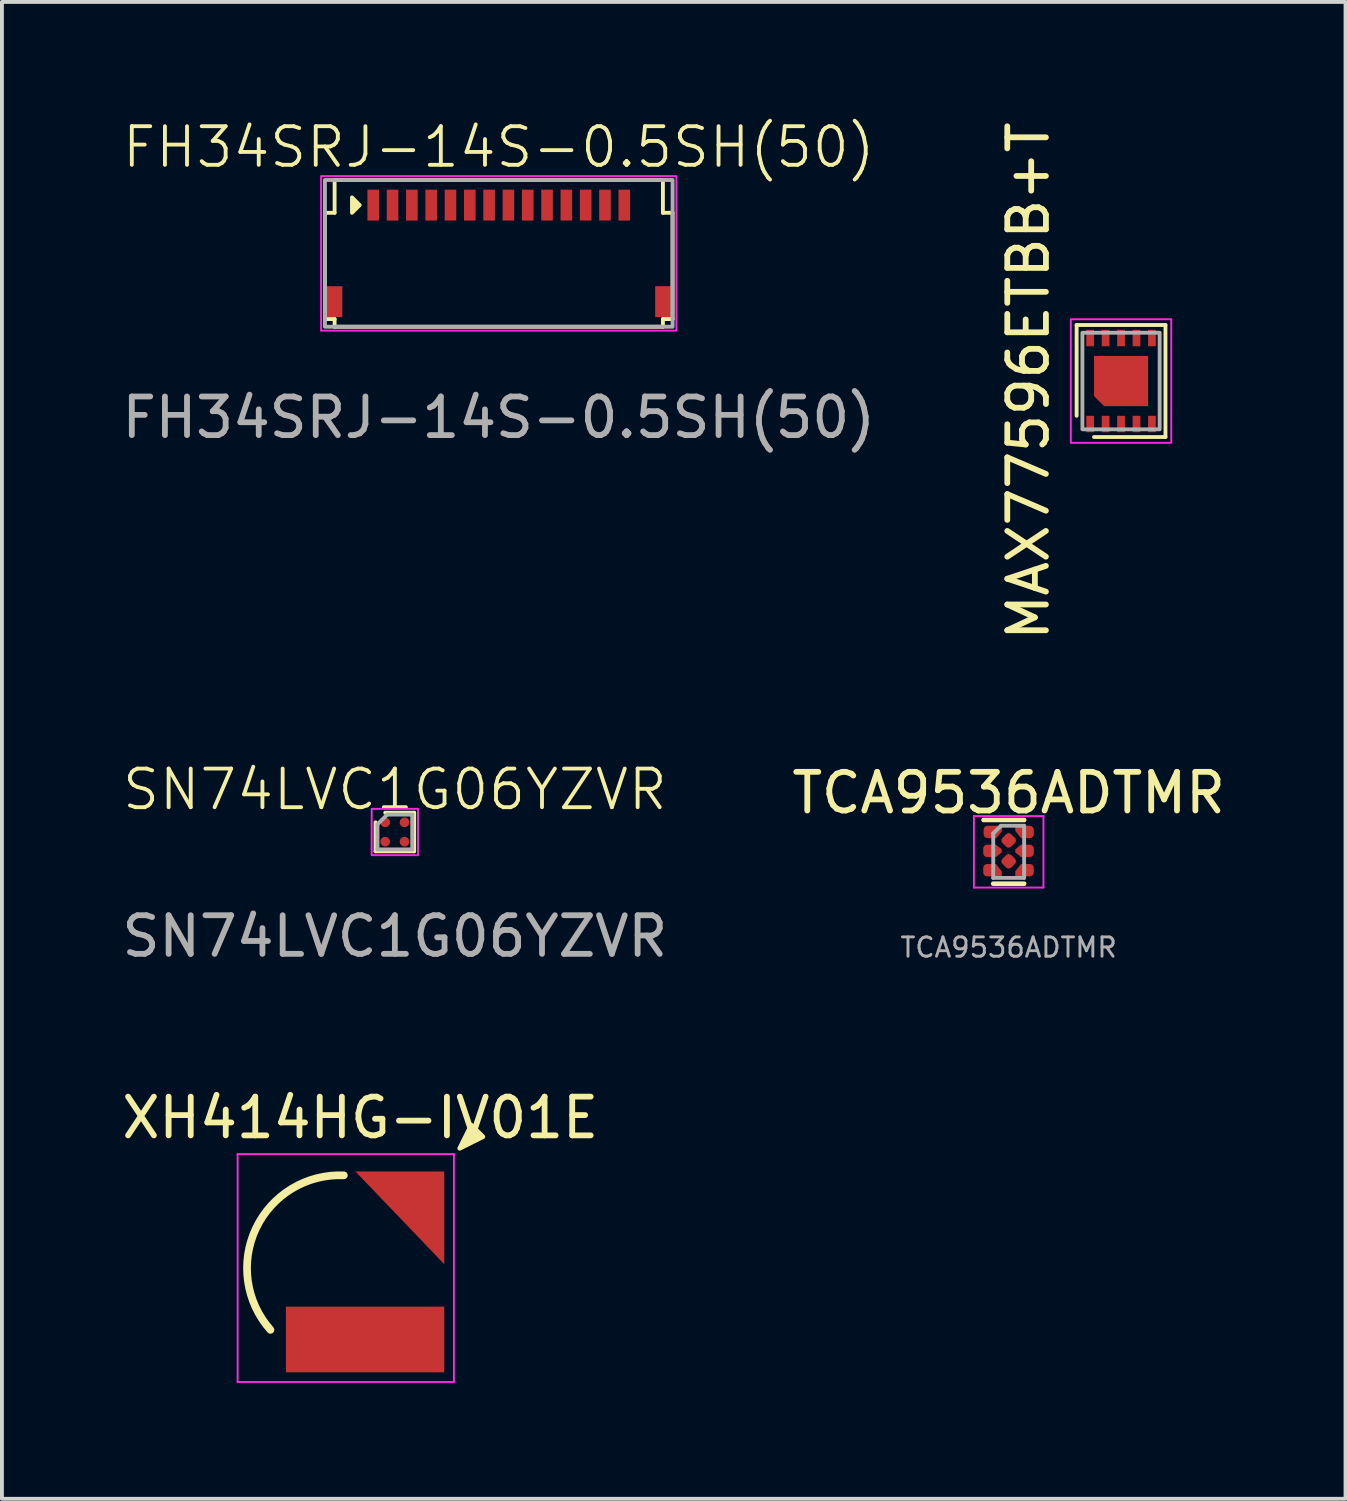
<source format=kicad_pcb>
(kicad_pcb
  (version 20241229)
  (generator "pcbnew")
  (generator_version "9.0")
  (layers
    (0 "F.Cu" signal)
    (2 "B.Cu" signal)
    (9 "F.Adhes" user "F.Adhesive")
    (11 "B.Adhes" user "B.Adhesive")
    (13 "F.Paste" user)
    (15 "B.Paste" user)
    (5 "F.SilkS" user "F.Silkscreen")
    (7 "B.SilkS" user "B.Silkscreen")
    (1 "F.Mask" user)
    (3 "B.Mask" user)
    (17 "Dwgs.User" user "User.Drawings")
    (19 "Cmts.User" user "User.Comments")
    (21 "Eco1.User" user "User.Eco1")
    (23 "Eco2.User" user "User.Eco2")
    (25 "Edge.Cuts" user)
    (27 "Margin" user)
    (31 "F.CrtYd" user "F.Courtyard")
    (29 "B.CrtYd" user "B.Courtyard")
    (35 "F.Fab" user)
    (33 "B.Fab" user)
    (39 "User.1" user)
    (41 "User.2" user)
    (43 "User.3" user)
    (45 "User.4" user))
  (footprint "FH34SRJ-14S-0.5SH(50)"
    (layer "F.Cu")
    (at 9.863 5.41)
    (property "Reference" "FH34SRJ-14S-0.5SH(50)" (at 0 -4.65 0) (unlocked yes) (layer "F.SilkS") (effects (font (size 1 1) (thickness 0.1))))
    (attr smd)
    (fp_line (start -4.5 -2.95) (end -4.5 -0.2) (stroke (width 0.1) (type default)) (layer "F.SilkS"))
    (fp_line (start -4.25 -3.8) (end -4.25 -2.95) (stroke (width 0.1) (type default)) (layer "F.SilkS"))
    (fp_line (start -4.25 -3.8) (end 4.25 -3.8) (stroke (width 0.1) (type default)) (layer "F.SilkS"))
    (fp_line (start -4.25 -2.95) (end -4.5 -2.95) (stroke (width 0.1) (type default)) (layer "F.SilkS"))
    (fp_line (start -4.25 -0.2) (end -4.5 -0.2) (stroke (width 0.1) (type default)) (layer "F.SilkS"))
    (fp_line (start -4.25 -0.2) (end -4.25 0) (stroke (width 0.1) (type default)) (layer "F.SilkS"))
    (fp_line (start 4.25 -3.8) (end 4.25 -2.95) (stroke (width 0.1) (type default)) (layer "F.SilkS"))
    (fp_line (start 4.25 -2.95) (end 4.5 -2.95) (stroke (width 0.1) (type default)) (layer "F.SilkS"))
    (fp_line (start 4.25 -0.2) (end 4.5 -0.2) (stroke (width 0.1) (type default)) (layer "F.SilkS"))
    (fp_line (start 4.25 0) (end -4.25 0) (stroke (width 0.1) (type default)) (layer "F.SilkS"))
    (fp_line (start 4.25 0) (end 4.25 -0.2) (stroke (width 0.1) (type default)) (layer "F.SilkS"))
    (fp_line (start 4.5 -2.95) (end 4.5 -0.2) (stroke (width 0.1) (type default)) (layer "F.SilkS"))
    (fp_poly (pts (xy -3.8 -3.35) (xy -3.6 -3.15) (xy -3.8 -2.95)) (stroke (width 0.1) (type solid)) (fill yes) (layer "F.SilkS"))
    (fp_rect (start -4.6 0.1) (end 4.6 -3.9) (stroke (width 0.05) (type default)) (fill no) (layer "F.CrtYd"))
    (fp_rect (start -4.5 -3.8) (end 4.5 0) (stroke (width 0.1) (type default)) (fill no) (layer "F.Fab"))
    (fp_text user "${REFERENCE}" (at 0 2.35 0) (unlocked yes) (layer "F.Fab") (effects (font (size 1 1) (thickness 0.15))))
    (pad "1" smd rect (at -3.25 -3.15) (size 0.3 0.8) (layers "F.Cu" "F.Mask" "F.Paste"))
    (pad "2" smd rect (at -2.75 -3.15) (size 0.3 0.8) (layers "F.Cu" "F.Mask" "F.Paste"))
    (pad "3" smd rect (at -2.25 -3.15) (size 0.3 0.8) (layers "F.Cu" "F.Mask" "F.Paste"))
    (pad "4" smd rect (at -1.75 -3.15) (size 0.3 0.8) (layers "F.Cu" "F.Mask" "F.Paste"))
    (pad "5" smd rect (at -1.25 -3.15) (size 0.3 0.8) (layers "F.Cu" "F.Mask" "F.Paste"))
    (pad "6" smd rect (at -0.75 -3.15) (size 0.3 0.8) (layers "F.Cu" "F.Mask" "F.Paste"))
    (pad "7" smd rect (at -0.25 -3.15) (size 0.3 0.8) (layers "F.Cu" "F.Mask" "F.Paste"))
    (pad "8" smd rect (at 0.25 -3.15) (size 0.3 0.8) (layers "F.Cu" "F.Mask" "F.Paste"))
    (pad "9" smd rect (at 0.75 -3.15) (size 0.3 0.8) (layers "F.Cu" "F.Mask" "F.Paste"))
    (pad "10" smd rect (at 1.25 -3.15) (size 0.3 0.8) (layers "F.Cu" "F.Mask" "F.Paste"))
    (pad "11" smd rect (at 1.75 -3.15) (size 0.3 0.8) (layers "F.Cu" "F.Mask" "F.Paste"))
    (pad "12" smd rect (at 2.25 -3.15) (size 0.3 0.8) (layers "F.Cu" "F.Mask" "F.Paste"))
    (pad "13" smd rect (at 2.75 -3.15) (size 0.3 0.8) (layers "F.Cu" "F.Mask" "F.Paste"))
    (pad "14" smd rect (at 3.25 -3.15) (size 0.3 0.8) (layers "F.Cu" "F.Mask" "F.Paste"))
    (pad "MP1" smd rect (at -4.25 -0.65) (size 0.4 0.8) (layers "F.Cu" "F.Mask" "F.Paste"))
    (pad "MP2" smd rect (at 4.25 -0.65) (size 0.4 0.8) (layers "F.Cu" "F.Mask" "F.Paste")))
  (footprint "MAX77596ETBB+T"
    (layer "F.Cu")
    (at 25.974 6.815)
    (property "Reference" "MAX77596ETBB+T" (at -2.4 0 90) (layer "F.SilkS") (effects (font (size 1 1) (thickness 0.15))))
    (attr smd)
    (fp_line (start -1.15 -1.45) (end -1.15 0.9) (stroke (width 0.1) (type solid)) (layer "F.SilkS"))
    (fp_line (start -1.15 -1.45) (end 1.15 -1.45) (stroke (width 0.1) (type solid)) (layer "F.SilkS"))
    (fp_line (start 1.15 -1.45) (end 1.15 1.45) (stroke (width 0.1) (type solid)) (layer "F.SilkS"))
    (fp_line (start 1.15 1.45) (end -0.7 1.45) (stroke (width 0.1) (type solid)) (layer "F.SilkS"))
    (fp_rect (start -1.3 -1.6) (end 1.3 1.6) (stroke (width 0.05) (type solid)) (fill no) (layer "F.CrtYd"))
    (fp_rect (start -1 1.25) (end 1 -1.25) (stroke (width 0.1) (type solid)) (fill no) (layer "F.Fab"))
    (pad "1" smd rect (at -0.8 1.113) (size 0.2 0.425) (layers "F.Cu" "F.Mask" "F.Paste"))
    (pad "2" smd rect (at -0.4 1.113) (size 0.2 0.425) (layers "F.Cu" "F.Mask" "F.Paste"))
    (pad "3" smd rect (at 0 1.113) (size 0.2 0.425) (layers "F.Cu" "F.Mask" "F.Paste"))
    (pad "4" smd rect (at 0.4 1.113) (size 0.2 0.425) (layers "F.Cu" "F.Mask" "F.Paste"))
    (pad "5" smd rect (at 0.8 1.113) (size 0.2 0.425) (layers "F.Cu" "F.Mask" "F.Paste"))
    (pad "6" smd rect (at 0.8 -1.113) (size 0.2 0.425) (layers "F.Cu" "F.Mask" "F.Paste"))
    (pad "7" smd rect (at 0.4 -1.113) (size 0.2 0.425) (layers "F.Cu" "F.Mask" "F.Paste"))
    (pad "8" smd rect (at 0 -1.113) (size 0.2 0.425) (layers "F.Cu" "F.Mask" "F.Paste"))
    (pad "9" smd rect (at -0.4 -1.113) (size 0.2 0.425) (layers "F.Cu" "F.Mask" "F.Paste"))
    (pad "10" smd rect (at -0.8 -1.113) (size 0.2 0.425) (layers "F.Cu" "F.Mask" "F.Paste"))
    (pad "EP" smd roundrect (at 0 0) (size 1.4 1.3) (layers "F.Cu" "F.Mask" "F.Paste") (roundrect_rratio 0) (chamfer_ratio 0.2) (chamfer bottom_left)))
  (footprint "SN74LVC1G06YZVR"
    (layer "F.Cu")
    (at 7.173 18.491)
    (property "Reference" "SN74LVC1G06YZVR" (at 0 -1.1 0) (unlocked yes) (layer "F.SilkS") (effects (font (size 1 1) (thickness 0.1))))
    (attr smd)
    (fp_line (start -0.5 0.5) (end -0.5 -0.25) (stroke (width 0.1) (type default)) (layer "F.SilkS"))
    (fp_line (start -0.25 -0.5) (end 0.5 -0.5) (stroke (width 0.1) (type default)) (layer "F.SilkS"))
    (fp_line (start 0.5 -0.5) (end 0.5 0.5) (stroke (width 0.1) (type default)) (layer "F.SilkS"))
    (fp_line (start 0.5 0.5) (end -0.5 0.5) (stroke (width 0.1) (type default)) (layer "F.SilkS"))
    (fp_rect (start -0.6 -0.6) (end 0.6 0.6) (stroke (width 0.05) (type default)) (fill no) (layer "F.CrtYd"))
    (fp_line (start -0.45 -0.2) (end -0.2 -0.45) (stroke (width 0.1) (type default)) (layer "F.Fab"))
    (fp_line (start -0.45 0.45) (end -0.45 -0.2) (stroke (width 0.1) (type default)) (layer "F.Fab"))
    (fp_line (start -0.2 -0.45) (end 0.45 -0.45) (stroke (width 0.1) (type default)) (layer "F.Fab"))
    (fp_line (start 0.45 -0.45) (end 0.45 0.45) (stroke (width 0.1) (type default)) (layer "F.Fab"))
    (fp_line (start 0.45 0.45) (end -0.45 0.45) (stroke (width 0.1) (type default)) (layer "F.Fab"))
    (fp_text user "${REFERENCE}" (at 0 2.7 0) (unlocked yes) (layer "F.Fab") (effects (font (size 1 1) (thickness 0.15))))
    (pad "A1" smd circle (at -0.25 -0.25) (size 0.25 0.25) (layers "F.Cu" "F.Mask" "F.Paste"))
    (pad "A2" smd circle (at 0.25 -0.25) (size 0.25 0.25) (layers "F.Cu" "F.Mask" "F.Paste"))
    (pad "B1" smd circle (at -0.25 0.25) (size 0.25 0.25) (layers "F.Cu" "F.Mask" "F.Paste"))
    (pad "B2" smd circle (at 0.25 0.25) (size 0.25 0.25) (layers "F.Cu" "F.Mask" "F.Paste")))
  (footprint "TCA9536ADTMR"
    (layer "F.Cu")
    (at 23.065 18.979)
    (property "Reference" "TCA9536ADTMR" (at 0 -1.5 0) (layer "F.SilkS") (effects (font (size 1 1) (thickness 0.15))))
    (attr smd)
    (fp_line (start -0.65 -0.8) (end 0.4 -0.8) (stroke (width 0.12) (type solid)) (layer "F.SilkS"))
    (fp_line (start -0.4 0.85) (end 0.4 0.85) (stroke (width 0.12) (type solid)) (layer "F.SilkS"))
    (fp_line (start -0.9 -0.9) (end 0.9 -0.9) (stroke (width 0.05) (type solid)) (layer "F.CrtYd"))
    (fp_line (start -0.9 0.95) (end -0.9 -0.9) (stroke (width 0.05) (type solid)) (layer "F.CrtYd"))
    (fp_line (start 0.9 -0.9) (end 0.9 0.95) (stroke (width 0.05) (type solid)) (layer "F.CrtYd"))
    (fp_line (start 0.9 0.95) (end -0.9 0.95) (stroke (width 0.05) (type solid)) (layer "F.CrtYd"))
    (fp_line (start -0.4 -0.45) (end -0.2 -0.65) (stroke (width 0.1) (type solid)) (layer "F.Fab"))
    (fp_line (start -0.4 0.7) (end -0.4 -0.45) (stroke (width 0.1) (type solid)) (layer "F.Fab"))
    (fp_line (start -0.2 -0.65) (end 0.4 -0.65) (stroke (width 0.1) (type solid)) (layer "F.Fab"))
    (fp_line (start 0.4 -0.65) (end 0.4 0.7) (stroke (width 0.1) (type solid)) (layer "F.Fab"))
    (fp_line (start 0.4 0.7) (end -0.4 0.7) (stroke (width 0.1) (type solid)) (layer "F.Fab"))
    (fp_text user "${REFERENCE}" (at 0 2.5 0) (unlocked yes) (layer "F.Fab") (effects (font (size 0.5 0.5) (thickness 0.075))))
    (pad "1" smd custom (at -0.39 -0.49) (size 0.12 0.12) (layers "F.Cu" "F.Mask" "F.Paste") (options (anchor circle)) (primitives (gr_poly (pts (xy 0.071 0.16) (xy 0.22 -0.029) (xy 0.22 -0.16) (xy -0.16 -0.16) (xy -0.21 -0.147) (xy -0.247 -0.11) (xy -0.26 -0.06) (xy -0.26 0.06) (xy -0.247 0.11) (xy -0.21 0.147) (xy -0.16 0.16)) (width 0) (fill yes))))
    (pad "2" smd custom (at -0.4 0 180) (size 0.15 0.15) (layers "F.Cu" "F.Mask" "F.Paste") (options (anchor circle)) (primitives (gr_poly (pts (xy -0.071 -0.16) (xy -0.22 -0.04) (xy -0.22 0.04) (xy -0.071 0.16) (xy 0.16 0.16) (xy 0.21 0.147) (xy 0.247 0.11) (xy 0.26 0.06) (xy 0.26 -0.06) (xy 0.247 -0.11) (xy 0.21 -0.147) (xy 0.16 -0.16)) (width 0) (fill yes))))
    (pad "3" smd custom (at -0.4 0.5 180) (size 0.12 0.12) (layers "F.Cu" "F.Mask" "F.Paste") (options (anchor circle)) (primitives (gr_poly (pts (xy 0.21 0.147) (xy 0.16 0.16) (xy -0.071 0.16) (xy -0.22 -0.029) (xy -0.22 -0.16) (xy 0.16 -0.16) (xy 0.21 -0.147) (xy 0.247 -0.11) (xy 0.26 -0.06) (xy 0.26 0.06) (xy 0.247 0.11)) (width 0) (fill yes))))
    (pad "4" smd roundrect (at 0 0.27 45) (size 0.32 0.32) (layers "F.Cu" "F.Mask" "F.Paste") (roundrect_rratio 0.286))
    (pad "5" smd custom (at 0.39 0.5 180) (size 0.15 0.15) (layers "F.Cu" "F.Mask" "F.Paste") (options (anchor circle)) (primitives (gr_poly (pts (xy 0.071 0.16) (xy 0.22 -0.029) (xy 0.22 -0.16) (xy -0.16 -0.16) (xy -0.21 -0.147) (xy -0.247 -0.11) (xy -0.26 -0.06) (xy -0.26 0.06) (xy -0.247 0.11) (xy -0.21 0.147) (xy -0.16 0.16)) (width 0) (fill yes))))
    (pad "6" smd custom (at 0.39 0) (size 0.15 0.15) (layers "F.Cu" "F.Mask" "F.Paste") (options (anchor circle)) (primitives (gr_poly (pts (xy -0.071 -0.16) (xy -0.22 -0.04) (xy -0.22 0.04) (xy -0.071 0.16) (xy 0.16 0.16) (xy 0.21 0.147) (xy 0.247 0.11) (xy 0.26 0.06) (xy 0.26 -0.06) (xy 0.247 -0.11) (xy 0.21 -0.147) (xy 0.16 -0.16)) (width 0) (fill yes))))
    (pad "7" smd custom (at 0.39 -0.49) (size 0.12 0.12) (layers "F.Cu" "F.Mask" "F.Paste") (options (anchor circle)) (primitives (gr_poly (pts (xy 0.21 0.147) (xy 0.16 0.16) (xy -0.071 0.16) (xy -0.22 -0.029) (xy -0.22 -0.16) (xy 0.16 -0.16) (xy 0.21 -0.147) (xy 0.247 -0.11) (xy 0.26 -0.06) (xy 0.26 0.06) (xy 0.247 0.11)) (width 0) (fill yes))))
    (pad "8" smd roundrect (at 0 -0.27 45) (size 0.32 0.32) (layers "F.Cu" "F.Mask" "F.Paste") (roundrect_rratio 0.286)))
  (footprint "XH414HG-IV01E"
    (layer "F.Cu")
    (at 5.752 29.78)
    (property "Reference" "XH414HG-IV01E" (at 0.526 -3.891 0) (layer "F.SilkS") (effects (font (size 1.002 1.002) (thickness 0.15))))
    (attr through_hole)
    (fp_poly (pts (xy 0.4 -2.5) (xy 2.7 -2.5) (xy 2.7 -0.1)) (stroke (width 0) (type solid)) (fill yes) (layer "F.Mask"))
    (fp_arc (start -1.8 1.6) (mid -2.17401 -1.028904) (end 0.099999 -2.4) (stroke (width 0.2) (type solid)) (layer "F.SilkS"))
    (fp_poly (pts (xy 3.7 -3.4) (xy 3.1 -3.1) (xy 3.4 -3.7)) (stroke (width 0.12) (type solid)) (fill yes) (layer "F.SilkS"))
    (fp_poly (pts (xy 0.4 -2.5) (xy 2.7 -2.5) (xy 2.7 -0.1)) (stroke (width 0) (type solid)) (fill yes) (layer "F.Paste"))
    (fp_line (start -2.65 -2.95) (end 2.95 -2.95) (stroke (width 0.05) (type solid)) (layer "F.CrtYd"))
    (fp_line (start -2.65 2.95) (end -2.65 -2.95) (stroke (width 0.05) (type solid)) (layer "F.CrtYd"))
    (fp_line (start 2.95 -2.95) (end 2.95 2.95) (stroke (width 0.05) (type solid)) (layer "F.CrtYd"))
    (fp_line (start 2.95 2.95) (end -2.65 2.95) (stroke (width 0.05) (type solid)) (layer "F.CrtYd"))
    (pad "1" smd custom (at 2.2 -1.9) (size 1 1) (layers "F.Cu" "F.Mask" "F.Paste") (options (anchor rect)) (primitives (gr_poly (pts (xy -1.8 -0.6) (xy 0.5 -0.6) (xy 0.5 1.8)) (width 0) (fill yes))))
    (pad "2" smd rect (at 0.65 1.85) (size 4.1 1.7) (layers "F.Cu" "F.Mask" "F.Paste")))
  (gr_rect
    (start -3 -3)
    (end 31.786 35.755)
    (stroke (width 0.1) (type default))
    (fill no)
    (layer "Edge.Cuts")))
</source>
